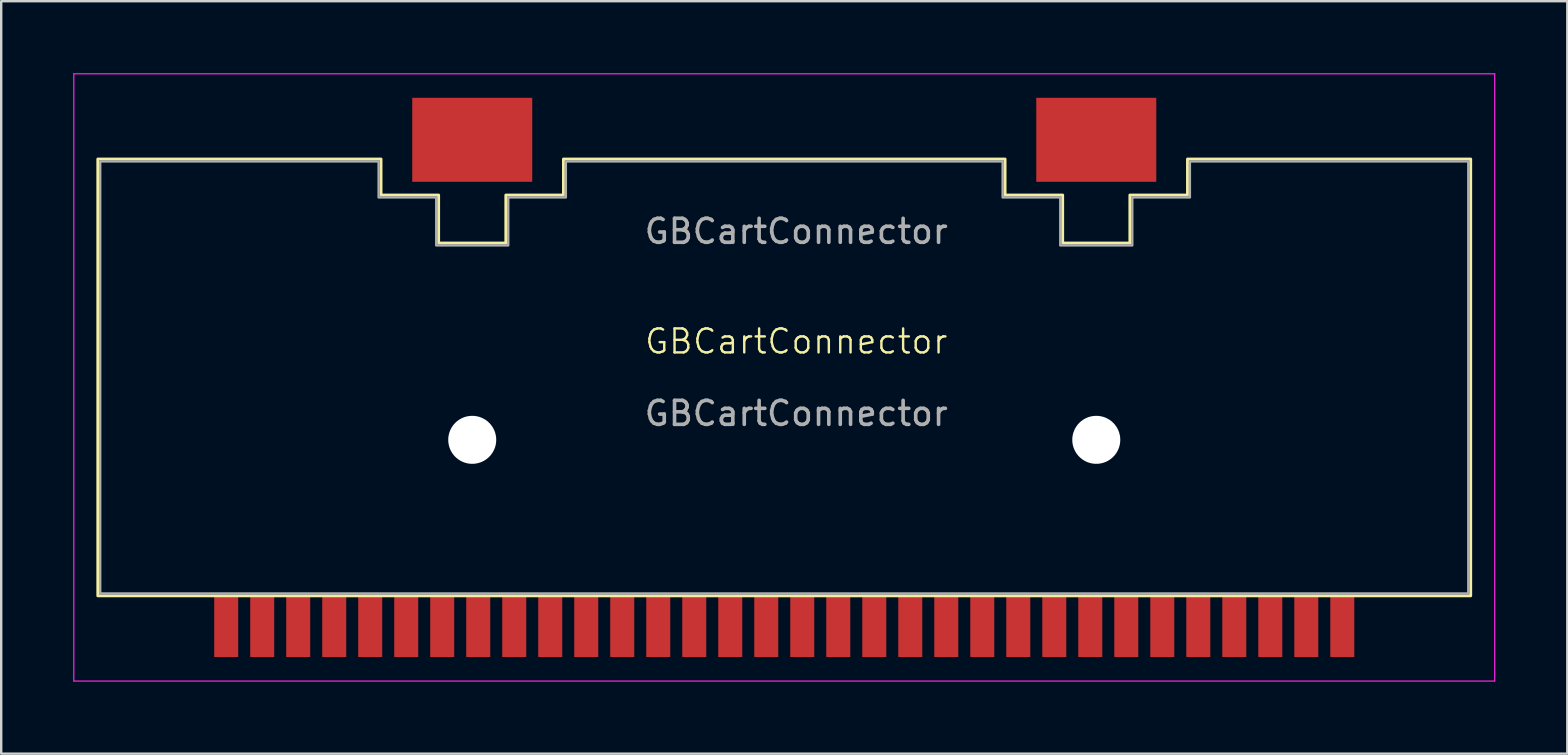
<source format=kicad_pcb>
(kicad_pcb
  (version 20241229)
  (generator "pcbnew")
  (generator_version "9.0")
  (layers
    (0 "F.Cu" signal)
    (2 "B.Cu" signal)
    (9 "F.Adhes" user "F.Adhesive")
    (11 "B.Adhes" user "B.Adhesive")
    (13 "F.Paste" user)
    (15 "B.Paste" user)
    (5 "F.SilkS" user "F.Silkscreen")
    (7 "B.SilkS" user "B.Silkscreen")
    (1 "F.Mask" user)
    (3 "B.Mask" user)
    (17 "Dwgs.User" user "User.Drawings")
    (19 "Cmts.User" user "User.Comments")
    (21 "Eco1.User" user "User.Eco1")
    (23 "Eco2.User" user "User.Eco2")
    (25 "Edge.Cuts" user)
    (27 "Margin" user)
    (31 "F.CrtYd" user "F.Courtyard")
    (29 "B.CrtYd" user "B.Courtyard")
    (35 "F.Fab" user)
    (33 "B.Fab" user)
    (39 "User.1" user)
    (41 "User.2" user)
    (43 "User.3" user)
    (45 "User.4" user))
  (footprint "GBCartConnector"
    (layer "F.Cu")
    (at 29.625 12.675)
    (property "Reference" "GBCartConnector" (at 0.5 -1.5 0) (unlocked yes) (layer "F.SilkS") (effects (font (size 1 1) (thickness 0.1))))
    (attr smd)
    (fp_poly (pts (xy -16.8 -9.1) (xy -16.8 -7.6) (xy -14.4 -7.6) (xy -14.4 -5.6) (xy -11.6 -5.6) (xy -11.6 -7.6) (xy -9.2 -7.6) (xy -9.2 -9.1) (xy 9.2 -9.1) (xy 9.2 -7.6) (xy 11.6 -7.6) (xy 11.6 -5.6) (xy 14.4 -5.6) (xy 14.4 -7.6) (xy 16.8 -7.6) (xy 16.8 -9.1) (xy 28.6 -9.1) (xy 28.6 9.1) (xy -28.6 9.1) (xy -28.6 -9.1)) (stroke (width 0.12) (type solid)) (fill no) (layer "F.SilkS"))
    (fp_line (start -29.6 -12.65) (end 29.6 -12.65) (stroke (width 0.05) (type default)) (layer "F.CrtYd"))
    (fp_line (start -29.6 12.65) (end -29.6 -12.65) (stroke (width 0.05) (type default)) (layer "F.CrtYd"))
    (fp_line (start 29.6 -12.65) (end 29.6 12.65) (stroke (width 0.05) (type default)) (layer "F.CrtYd"))
    (fp_line (start 29.6 12.65) (end -29.6 12.65) (stroke (width 0.05) (type default)) (layer "F.CrtYd"))
    (fp_poly (pts (xy -28.5 -9) (xy -16.9 -9) (xy -16.9 -7.5) (xy -14.5 -7.5) (xy -14.5 -5.5) (xy -11.5 -5.5) (xy -11.5 -7.5) (xy -9.1 -7.5) (xy -9.1 -9) (xy 9.1 -9) (xy 9.1 -7.5) (xy 11.5 -7.5) (xy 11.5 -5.5) (xy 14.5 -5.5) (xy 14.5 -7.5) (xy 16.9 -7.5) (xy 16.9 -9) (xy 28.5 -9) (xy 28.5 9) (xy -28.5 9)) (stroke (width 0.1) (type solid)) (fill no) (layer "F.Fab"))
    (fp_text user "GBCartConnector" (at 0.5 -5.5 0) (unlocked yes) (layer "F.Fab") (effects (font (size 1 1) (thickness 0.15)) (justify bottom)))
    (fp_text user "${REFERENCE}" (at 0.5 1.5 0) (unlocked yes) (layer "F.Fab") (effects (font (size 1 1) (thickness 0.15))))
    (pad "" smd rect (at -13 -9.9) (size 5 3.5) (layers "F.Cu" "F.Mask" "F.Paste"))
    (pad "" np_thru_hole circle (at -13 2.6) (size 2 2) (drill 2) (layers "*.Cu" "*.Mask"))
    (pad "" smd rect (at 13 -9.9) (size 5 3.5) (layers "F.Cu" "F.Mask" "F.Paste"))
    (pad "" np_thru_hole circle (at 13 2.6) (size 2 2) (drill 2) (layers "*.Cu" "*.Mask"))
    (pad "1" smd rect (at -23.25 10.4) (size 1 2.5) (layers "F.Cu" "F.Mask" "F.Paste"))
    (pad "2" smd rect (at -21.75 10.4) (size 1 2.5) (layers "F.Cu" "F.Mask" "F.Paste"))
    (pad "3" smd rect (at -20.25 10.4) (size 1 2.5) (layers "F.Cu" "F.Mask" "F.Paste"))
    (pad "4" smd rect (at -18.75 10.4) (size 1 2.5) (layers "F.Cu" "F.Mask" "F.Paste"))
    (pad "5" smd rect (at -17.25 10.4) (size 1 2.5) (layers "F.Cu" "F.Mask" "F.Paste"))
    (pad "6" smd rect (at -15.75 10.4) (size 1 2.5) (layers "F.Cu" "F.Mask" "F.Paste"))
    (pad "7" smd rect (at -14.25 10.4) (size 1 2.5) (layers "F.Cu" "F.Mask" "F.Paste"))
    (pad "8" smd rect (at -12.75 10.4) (size 1 2.5) (layers "F.Cu" "F.Mask" "F.Paste"))
    (pad "9" smd rect (at -11.25 10.4) (size 1 2.5) (layers "F.Cu" "F.Mask" "F.Paste"))
    (pad "10" smd rect (at -9.75 10.4) (size 1 2.5) (layers "F.Cu" "F.Mask" "F.Paste"))
    (pad "11" smd rect (at -8.25 10.4) (size 1 2.5) (layers "F.Cu" "F.Mask" "F.Paste"))
    (pad "12" smd rect (at -6.75 10.4) (size 1 2.5) (layers "F.Cu" "F.Mask" "F.Paste"))
    (pad "13" smd rect (at -5.25 10.4) (size 1 2.5) (layers "F.Cu" "F.Mask" "F.Paste"))
    (pad "14" smd rect (at -3.75 10.4) (size 1 2.5) (layers "F.Cu" "F.Mask" "F.Paste"))
    (pad "15" smd rect (at -2.25 10.4) (size 1 2.5) (layers "F.Cu" "F.Mask" "F.Paste"))
    (pad "16" smd rect (at -0.75 10.4) (size 1 2.5) (layers "F.Cu" "F.Mask" "F.Paste"))
    (pad "17" smd rect (at 0.75 10.4) (size 1 2.5) (layers "F.Cu" "F.Mask" "F.Paste"))
    (pad "18" smd rect (at 2.25 10.4) (size 1 2.5) (layers "F.Cu" "F.Mask" "F.Paste"))
    (pad "19" smd rect (at 3.75 10.4) (size 1 2.5) (layers "F.Cu" "F.Mask" "F.Paste"))
    (pad "20" smd rect (at 5.25 10.4) (size 1 2.5) (layers "F.Cu" "F.Mask" "F.Paste"))
    (pad "21" smd rect (at 6.75 10.4) (size 1 2.5) (layers "F.Cu" "F.Mask" "F.Paste"))
    (pad "22" smd rect (at 8.25 10.4) (size 1 2.5) (layers "F.Cu" "F.Mask" "F.Paste"))
    (pad "23" smd rect (at 9.75 10.4) (size 1 2.5) (layers "F.Cu" "F.Mask" "F.Paste"))
    (pad "24" smd rect (at 11.25 10.4) (size 1 2.5) (layers "F.Cu" "F.Mask" "F.Paste"))
    (pad "25" smd rect (at 12.75 10.4) (size 1 2.5) (layers "F.Cu" "F.Mask" "F.Paste"))
    (pad "26" smd rect (at 14.25 10.4) (size 1 2.5) (layers "F.Cu" "F.Mask" "F.Paste"))
    (pad "27" smd rect (at 15.75 10.4) (size 1 2.5) (layers "F.Cu" "F.Mask" "F.Paste"))
    (pad "28" smd rect (at 17.25 10.4) (size 1 2.5) (layers "F.Cu" "F.Mask" "F.Paste"))
    (pad "29" smd rect (at 18.75 10.4) (size 1 2.5) (layers "F.Cu" "F.Mask" "F.Paste"))
    (pad "30" smd rect (at 20.25 10.4) (size 1 2.5) (layers "F.Cu" "F.Mask" "F.Paste"))
    (pad "31" smd rect (at 21.75 10.4) (size 1 2.5) (layers "F.Cu" "F.Mask" "F.Paste"))
    (pad "32" smd rect (at 23.25 10.4) (size 1 2.5) (layers "F.Cu" "F.Mask" "F.Paste")))
  (gr_rect
    (start -3 -3)
    (end 62.25 28.35)
    (stroke (width 0.1) (type default))
    (fill no)
    (layer "Edge.Cuts")))
</source>
